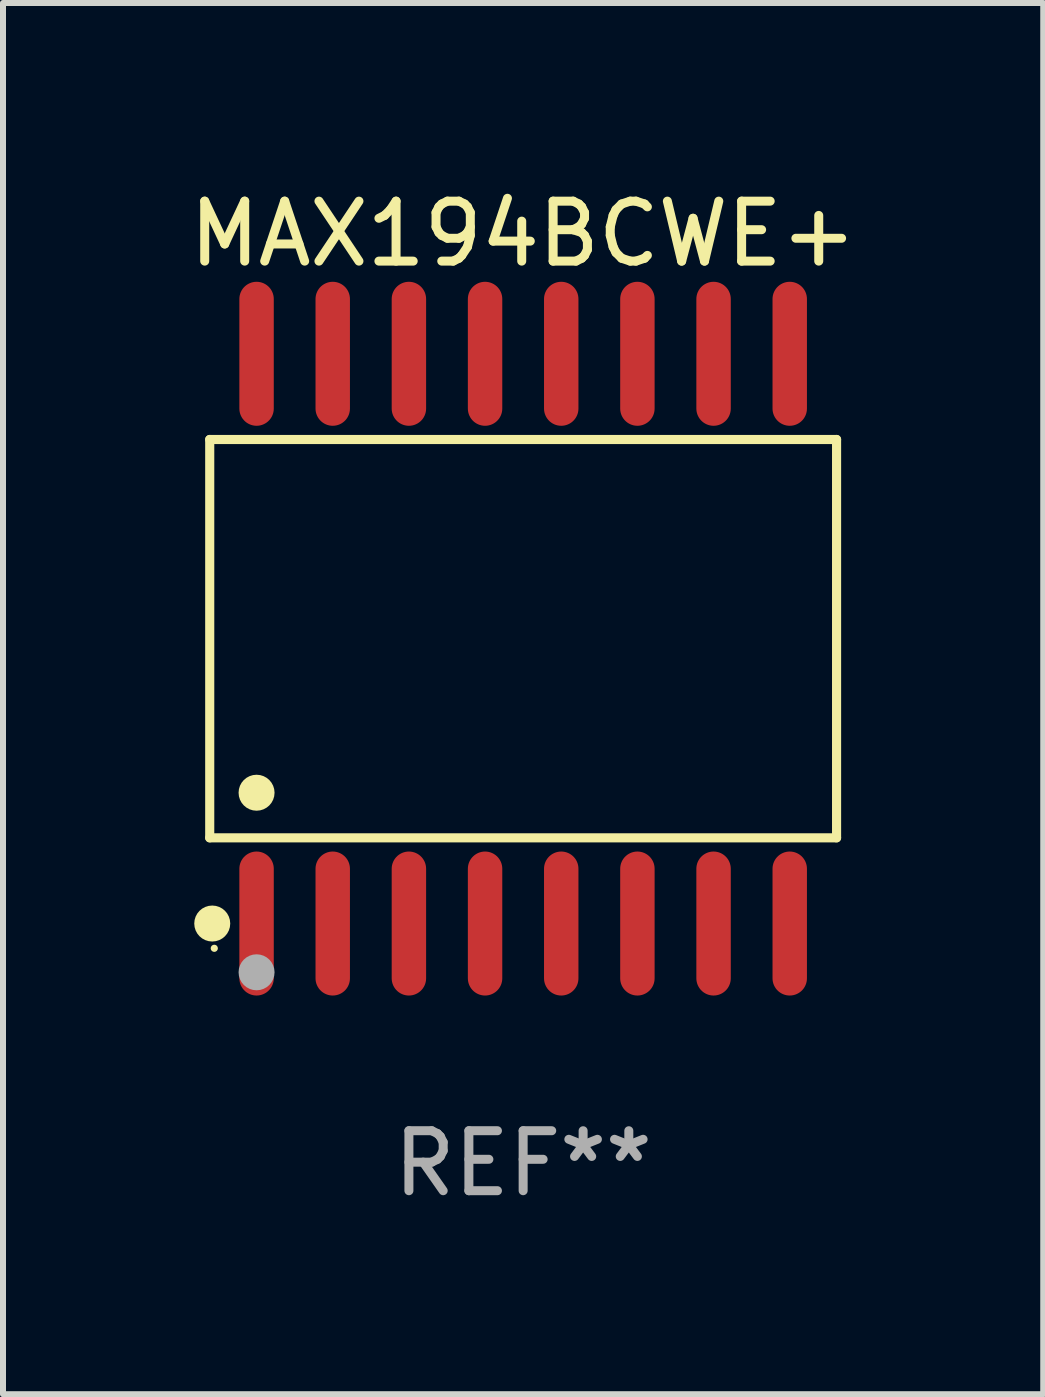
<source format=kicad_pcb>
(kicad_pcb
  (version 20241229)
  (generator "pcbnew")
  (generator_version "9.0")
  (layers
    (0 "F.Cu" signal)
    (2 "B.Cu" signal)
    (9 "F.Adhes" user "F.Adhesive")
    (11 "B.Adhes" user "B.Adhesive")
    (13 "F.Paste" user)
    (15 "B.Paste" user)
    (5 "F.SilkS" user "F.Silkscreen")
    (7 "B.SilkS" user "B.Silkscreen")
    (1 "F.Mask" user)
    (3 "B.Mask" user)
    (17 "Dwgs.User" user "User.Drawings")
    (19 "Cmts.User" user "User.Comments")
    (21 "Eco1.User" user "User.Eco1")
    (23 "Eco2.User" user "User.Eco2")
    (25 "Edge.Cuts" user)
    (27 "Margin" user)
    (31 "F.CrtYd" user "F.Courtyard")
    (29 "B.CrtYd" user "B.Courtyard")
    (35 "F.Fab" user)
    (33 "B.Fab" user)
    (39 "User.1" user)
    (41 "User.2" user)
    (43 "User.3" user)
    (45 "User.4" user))
  (footprint "MAX194BCWE+"
    (layer "F.Cu")
    (at 5.673 7.599)
    (property "Reference" "MAX194BCWE+" (at 0 -6.75 0) (layer "F.SilkS") (effects (font (size 1 1) (thickness 0.15))))
    (attr through_hole)
    (fp_line (start -5.226 -3.321) (end 5.226 -3.321) (stroke (width 0.152) (type solid)) (layer "F.SilkS"))
    (fp_line (start -5.226 3.321) (end -5.226 -3.321) (stroke (width 0.152) (type solid)) (layer "F.SilkS"))
    (fp_line (start 5.226 -3.321) (end 5.226 3.321) (stroke (width 0.152) (type solid)) (layer "F.SilkS"))
    (fp_line (start 5.226 3.321) (end -5.226 3.321) (stroke (width 0.152) (type solid)) (layer "F.SilkS"))
    (fp_circle (center -5.184 4.75) (end -5.034 4.75) (stroke (width 0.3) (type solid)) (fill no) (layer "F.SilkS"))
    (fp_circle (center -5.15 5.163) (end -5.12 5.163) (stroke (width 0.06) (type solid)) (fill no) (layer "F.SilkS"))
    (fp_circle (center -4.445 2.569) (end -4.295 2.569) (stroke (width 0.3) (type solid)) (fill no) (layer "F.SilkS"))
    (fp_circle (center -4.445 5.563) (end -4.295 5.563) (stroke (width 0.3) (type solid)) (fill no) (layer "F.Fab"))
    (fp_text user "REF**" (at 0 8.75 0) (layer "F.Fab") (effects (font (size 1 1) (thickness 0.15))))
    (pad "1" smd oval (at -4.445 4.75) (size 0.574 2.401) (layers "F.Cu" "F.Mask" "F.Paste"))
    (pad "2" smd oval (at -3.175 4.75) (size 0.574 2.401) (layers "F.Cu" "F.Mask" "F.Paste"))
    (pad "3" smd oval (at -1.905 4.75) (size 0.574 2.401) (layers "F.Cu" "F.Mask" "F.Paste"))
    (pad "4" smd oval (at -0.635 4.75) (size 0.574 2.401) (layers "F.Cu" "F.Mask" "F.Paste"))
    (pad "5" smd oval (at 0.635 4.75) (size 0.574 2.401) (layers "F.Cu" "F.Mask" "F.Paste"))
    (pad "6" smd oval (at 1.905 4.75) (size 0.574 2.401) (layers "F.Cu" "F.Mask" "F.Paste"))
    (pad "7" smd oval (at 3.175 4.75) (size 0.574 2.401) (layers "F.Cu" "F.Mask" "F.Paste"))
    (pad "8" smd oval (at 4.445 4.75) (size 0.574 2.401) (layers "F.Cu" "F.Mask" "F.Paste"))
    (pad "9" smd oval (at 4.445 -4.75) (size 0.574 2.401) (layers "F.Cu" "F.Mask" "F.Paste"))
    (pad "10" smd oval (at 3.175 -4.75) (size 0.574 2.401) (layers "F.Cu" "F.Mask" "F.Paste"))
    (pad "11" smd oval (at 1.905 -4.75) (size 0.574 2.401) (layers "F.Cu" "F.Mask" "F.Paste"))
    (pad "12" smd oval (at 0.635 -4.75) (size 0.574 2.401) (layers "F.Cu" "F.Mask" "F.Paste"))
    (pad "13" smd oval (at -0.635 -4.75) (size 0.574 2.401) (layers "F.Cu" "F.Mask" "F.Paste"))
    (pad "14" smd oval (at -1.905 -4.75) (size 0.574 2.401) (layers "F.Cu" "F.Mask" "F.Paste"))
    (pad "15" smd oval (at -3.175 -4.75) (size 0.574 2.401) (layers "F.Cu" "F.Mask" "F.Paste"))
    (pad "16" smd oval (at -4.445 -4.75) (size 0.574 2.401) (layers "F.Cu" "F.Mask" "F.Paste")))
  (gr_rect
    (start -3 -3)
    (end 14.345 20.197)
    (stroke (width 0.1) (type default))
    (fill no)
    (layer "Edge.Cuts")))
</source>
